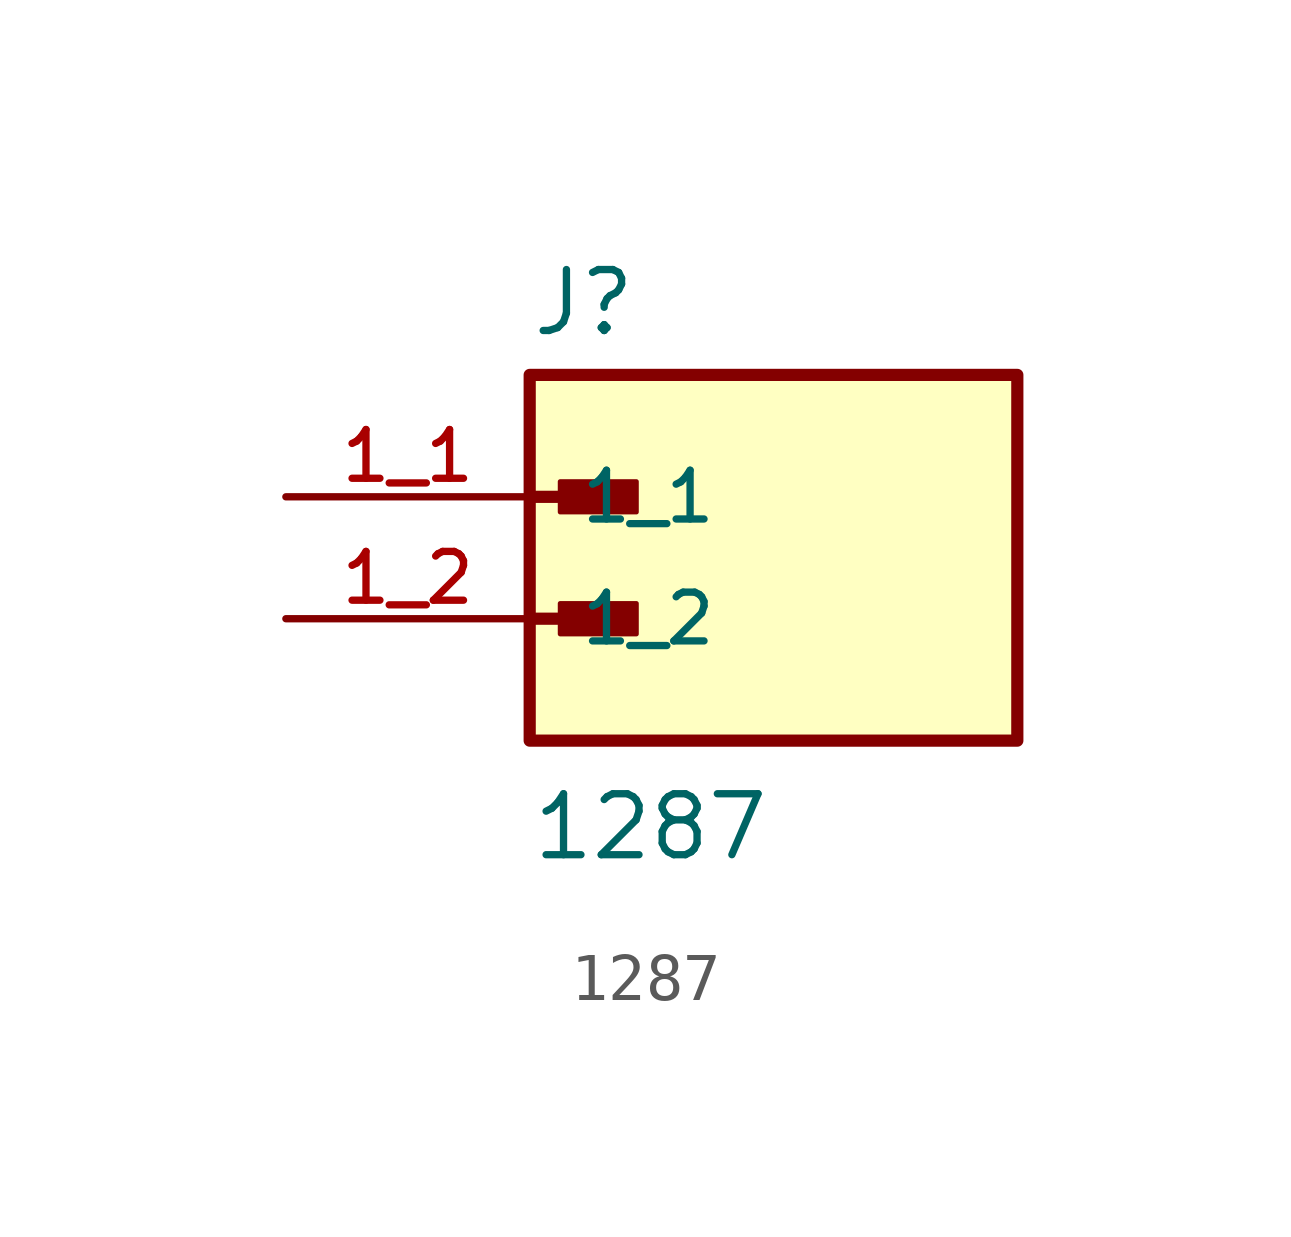
<source format=kicad_sym>
(kicad_symbol_lib
  (version 20211014)
  (generator kicad_symbol_editor)
  (symbol "1287"
    (pin_names
      (offset 1.016))
    (property "Reference" "J"
      (at -5.08 5.842 0)
      (effects (font (size 1.27 1.27)) (justify bottom left)))
    (property "Value" "1287"
      (at -5.08 -5.08 0)
      (effects (font (size 1.27 1.27)) (justify bottom left)))
    (symbol "1287_0_0"
      (polyline (pts (xy -5.08 2.54) (xy -3.175 2.54)) (stroke (width 0.254)))
      (rectangle (start -4.445 2.223) (end -2.857 2.857) (stroke (width 0.1)) (fill (type outline)))
      (polyline (pts (xy -5.08 0.0) (xy -3.175 0.0)) (stroke (width 0.254)))
      (rectangle (start -4.445 -0.318) (end -2.857 0.318) (stroke (width 0.1)) (fill (type outline)))
      (rectangle (start -5.08 -2.54) (end 5.08 5.08) (stroke (width 0.254)) (fill (type background)))
      (pin passive line (at -10.16 2.54 0) (length 5.08) (name "1_1" (effects (font (size 1.016 1.016)))) (number "1_1" (effects (font (size 1.016 1.016)))))
      (pin passive line (at -10.16 0.0 0) (length 5.08) (name "1_2" (effects (font (size 1.016 1.016)))) (number "1_2" (effects (font (size 1.016 1.016))))))))
</source>
